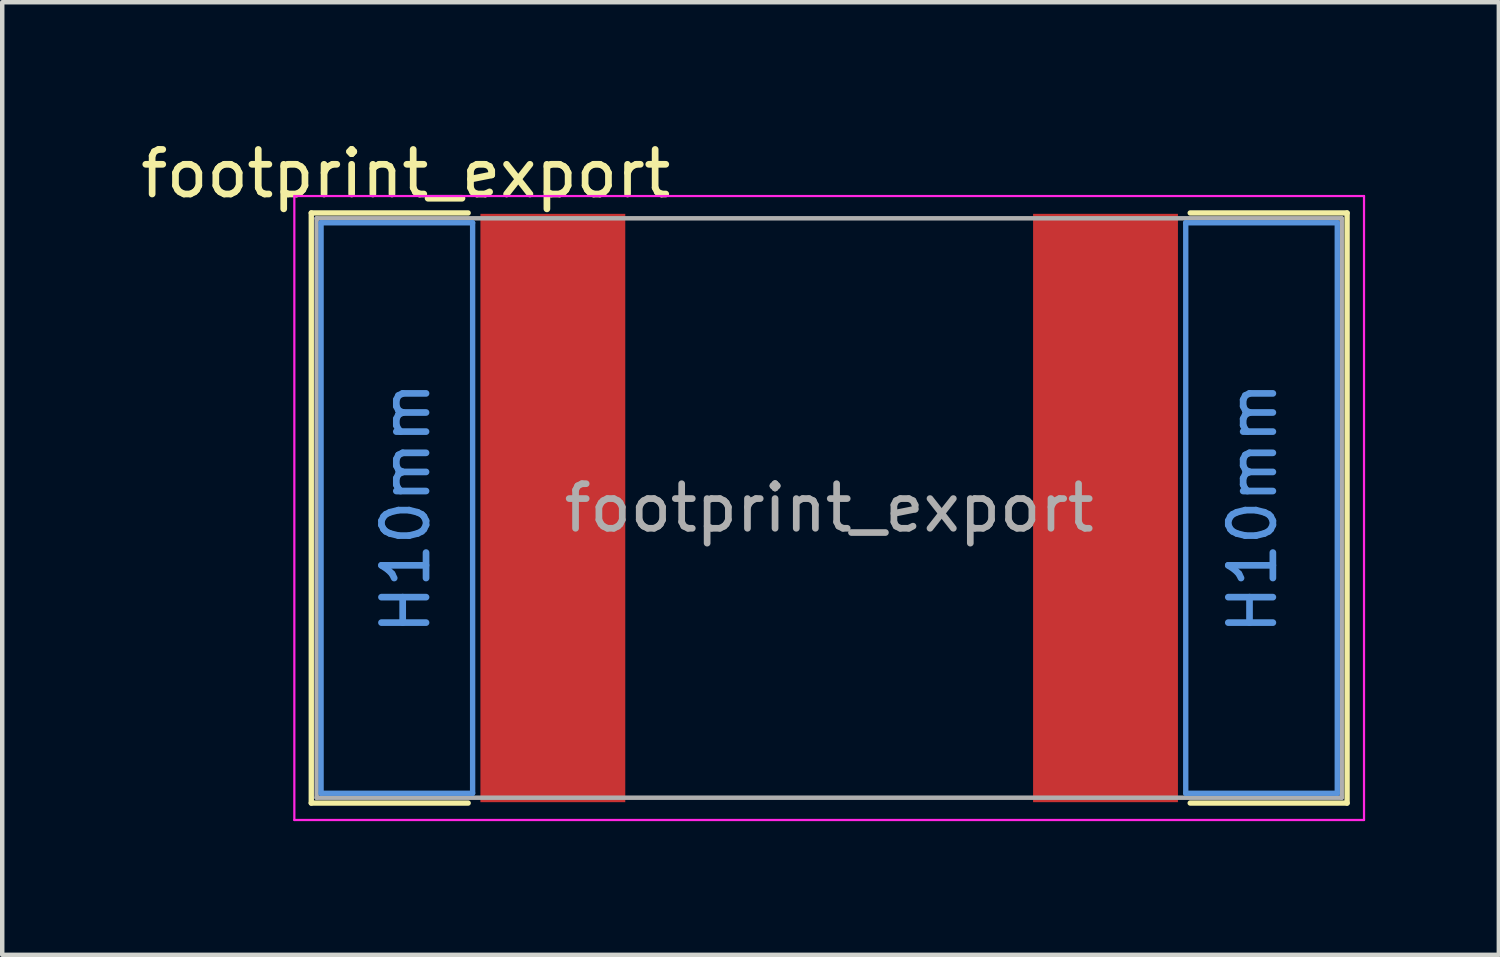
<source format=kicad_pcb>
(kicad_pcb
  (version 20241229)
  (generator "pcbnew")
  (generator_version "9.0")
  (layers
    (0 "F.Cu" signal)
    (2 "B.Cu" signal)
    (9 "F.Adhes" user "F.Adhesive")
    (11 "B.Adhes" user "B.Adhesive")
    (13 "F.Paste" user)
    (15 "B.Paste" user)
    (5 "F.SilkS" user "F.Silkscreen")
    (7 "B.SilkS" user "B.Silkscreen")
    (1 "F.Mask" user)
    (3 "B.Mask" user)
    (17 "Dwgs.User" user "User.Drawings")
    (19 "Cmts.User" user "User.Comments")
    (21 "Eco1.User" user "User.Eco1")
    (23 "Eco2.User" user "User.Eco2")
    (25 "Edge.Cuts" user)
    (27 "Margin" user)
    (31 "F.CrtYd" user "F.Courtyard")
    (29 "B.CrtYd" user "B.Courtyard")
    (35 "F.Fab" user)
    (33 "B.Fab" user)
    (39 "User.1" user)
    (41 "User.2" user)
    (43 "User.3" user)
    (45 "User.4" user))
  (footprint "footprint_export"
    (layer "F.Cu")
    (at 15.554 8.348)
    (property "Reference" "footprint_export" (at -9.5 -7.5 180) (layer "F.SilkS") (effects (font (size 1 1) (thickness 0.15))))
    (attr smd)
    (fp_line (start -11.62 -6.62) (end -8.1 -6.62) (stroke (width 0.12) (type solid)) (layer "F.SilkS"))
    (fp_line (start -11.62 6.62) (end -11.62 -6.62) (stroke (width 0.12) (type solid)) (layer "F.SilkS"))
    (fp_line (start -11.62 6.62) (end -8.1 6.62) (stroke (width 0.12) (type solid)) (layer "F.SilkS"))
    (fp_line (start 8.1 -6.62) (end 11.62 -6.62) (stroke (width 0.12) (type solid)) (layer "F.SilkS"))
    (fp_line (start 8.1 6.62) (end 11.62 6.62) (stroke (width 0.12) (type solid)) (layer "F.SilkS"))
    (fp_line (start 11.62 -6.62) (end 11.62 6.62) (stroke (width 0.12) (type solid)) (layer "F.SilkS"))
    (fp_line (start -11.4 -6.4) (end -8 -6.4) (stroke (width 0.12) (type solid)) (layer "Cmts.User"))
    (fp_line (start -11.4 6.4) (end -11.4 -6.4) (stroke (width 0.12) (type solid)) (layer "Cmts.User"))
    (fp_line (start -8 -6.4) (end -8 6.4) (stroke (width 0.12) (type solid)) (layer "Cmts.User"))
    (fp_line (start -8 6.4) (end -11.4 6.4) (stroke (width 0.12) (type solid)) (layer "Cmts.User"))
    (fp_line (start 8 6.4) (end 8 -6.4) (stroke (width 0.12) (type solid)) (layer "Cmts.User"))
    (fp_line (start 8 6.4) (end 11.4 6.4) (stroke (width 0.12) (type solid)) (layer "Cmts.User"))
    (fp_line (start 11.4 -6.4) (end 8 -6.4) (stroke (width 0.12) (type solid)) (layer "Cmts.User"))
    (fp_line (start 11.4 6.4) (end 11.4 -6.4) (stroke (width 0.12) (type solid)) (layer "Cmts.User"))
    (fp_line (start -12 -7) (end -12 7) (stroke (width 0.05) (type solid)) (layer "F.CrtYd"))
    (fp_line (start -12 -7) (end 12 -7) (stroke (width 0.05) (type solid)) (layer "F.CrtYd"))
    (fp_line (start 12 7) (end -12 7) (stroke (width 0.05) (type solid)) (layer "F.CrtYd"))
    (fp_line (start 12 7) (end 12 -7) (stroke (width 0.05) (type solid)) (layer "F.CrtYd"))
    (fp_line (start -11.5 -6.5) (end 11.5 -6.5) (stroke (width 0.1) (type solid)) (layer "F.Fab"))
    (fp_line (start -11.5 6.5) (end -11.5 -6.5) (stroke (width 0.1) (type solid)) (layer "F.Fab"))
    (fp_line (start 11.5 -6.5) (end 11.5 6.5) (stroke (width 0.1) (type solid)) (layer "F.Fab"))
    (fp_line (start 11.5 6.5) (end -11.5 6.5) (stroke (width 0.1) (type solid)) (layer "F.Fab"))
    (fp_text user "H10mm" (at 9.5 0 90) (layer "Cmts.User") (effects (font (size 1 1) (thickness 0.15))))
    (fp_text user "H10mm" (at -9.5 0 90) (layer "Cmts.User") (effects (font (size 1 1) (thickness 0.15))))
    (fp_text user "${REFERENCE}" (at 0 0 0) (layer "F.Fab") (effects (font (size 1 1) (thickness 0.15))))
    (pad "1" smd rect (at -6.2 0 180) (size 3.25 13.2) (layers "F.Cu" "F.Mask" "F.Paste"))
    (pad "1" smd rect (at 6.2 0) (size 3.25 13.2) (layers "F.Cu" "F.Mask" "F.Paste")))
  (gr_rect
    (start -3 -3)
    (end 30.579 18.373)
    (stroke (width 0.1) (type default))
    (fill no)
    (layer "Edge.Cuts")))
</source>
